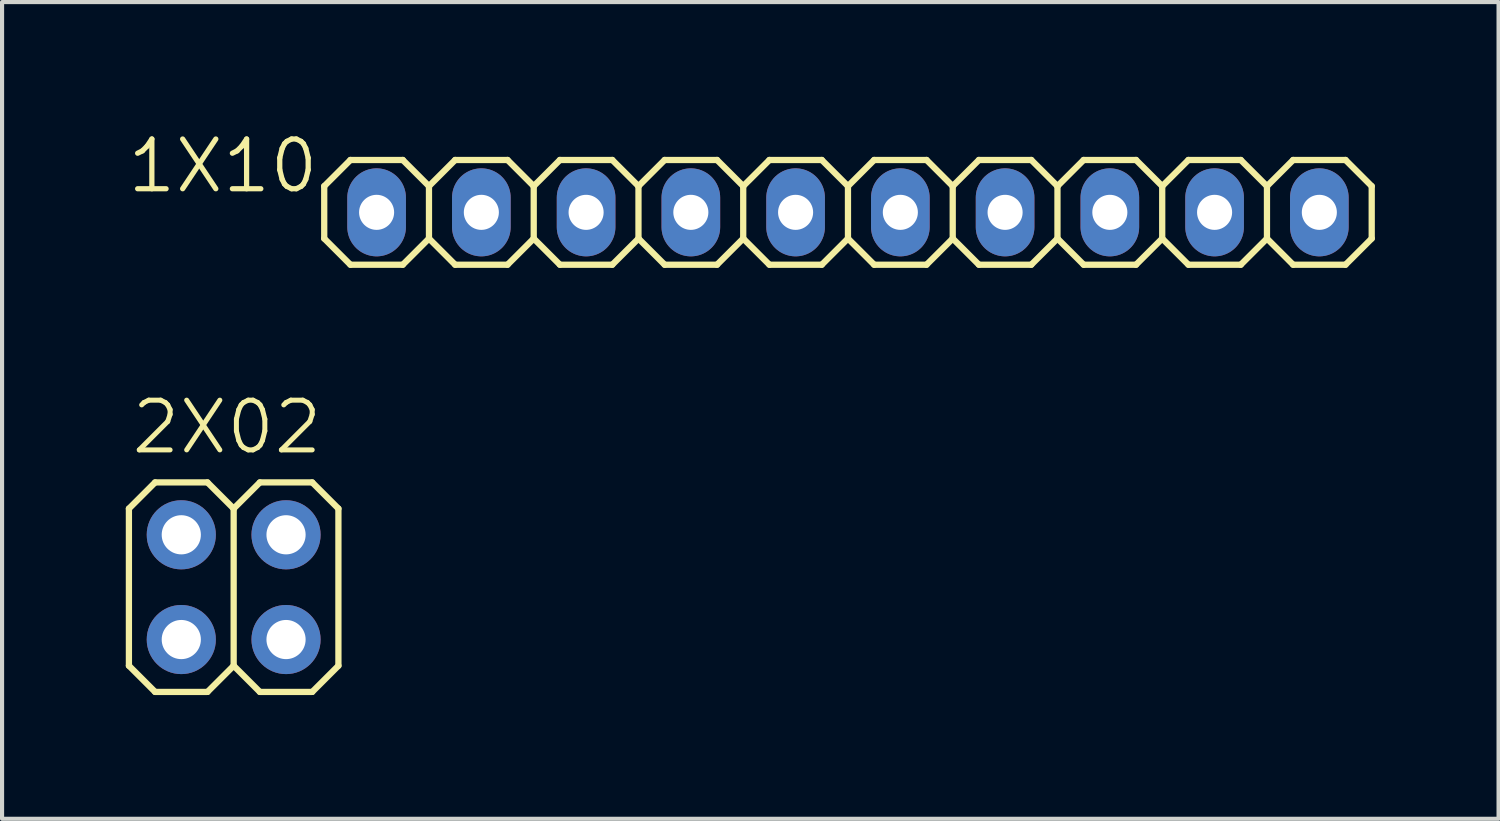
<source format=kicad_pcb>
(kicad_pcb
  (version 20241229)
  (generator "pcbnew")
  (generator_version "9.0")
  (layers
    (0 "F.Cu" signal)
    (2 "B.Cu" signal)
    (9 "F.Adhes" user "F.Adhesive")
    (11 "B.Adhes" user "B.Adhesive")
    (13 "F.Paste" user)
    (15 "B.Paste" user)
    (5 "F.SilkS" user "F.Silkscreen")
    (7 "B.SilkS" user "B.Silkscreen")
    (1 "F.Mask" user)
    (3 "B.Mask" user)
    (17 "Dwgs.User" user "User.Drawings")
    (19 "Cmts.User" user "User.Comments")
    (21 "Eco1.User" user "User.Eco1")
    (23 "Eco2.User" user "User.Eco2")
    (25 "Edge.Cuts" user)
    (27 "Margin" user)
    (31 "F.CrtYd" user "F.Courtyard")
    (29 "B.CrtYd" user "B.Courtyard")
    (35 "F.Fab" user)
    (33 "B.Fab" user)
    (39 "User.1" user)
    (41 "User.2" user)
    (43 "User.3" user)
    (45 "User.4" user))
  (footprint "1X10"
    (layer "F.Cu")
    (at 17.512 2.099)
    (property "Reference" "1X10" (at -12.776 -1.829 0) (layer "F.SilkS") (effects (font (size 1.206 1.206) (thickness 0.127)) (justify right top)))
    (attr through_hole)
    (fp_line (start -12.7 -0.635) (end -12.7 0.635) (stroke (width 0.152) (type solid)) (layer "F.SilkS"))
    (fp_line (start -12.7 0.635) (end -12.065 1.27) (stroke (width 0.152) (type solid)) (layer "F.SilkS"))
    (fp_line (start -12.065 -1.27) (end -12.7 -0.635) (stroke (width 0.152) (type solid)) (layer "F.SilkS"))
    (fp_line (start -12.065 -1.27) (end -10.795 -1.27) (stroke (width 0.152) (type solid)) (layer "F.SilkS"))
    (fp_line (start -10.795 -1.27) (end -10.16 -0.635) (stroke (width 0.152) (type solid)) (layer "F.SilkS"))
    (fp_line (start -10.795 1.27) (end -12.065 1.27) (stroke (width 0.152) (type solid)) (layer "F.SilkS"))
    (fp_line (start -10.16 -0.635) (end -10.16 0.635) (stroke (width 0.152) (type solid)) (layer "F.SilkS"))
    (fp_line (start -10.16 -0.635) (end -9.525 -1.27) (stroke (width 0.152) (type solid)) (layer "F.SilkS"))
    (fp_line (start -10.16 0.635) (end -10.795 1.27) (stroke (width 0.152) (type solid)) (layer "F.SilkS"))
    (fp_line (start -9.525 -1.27) (end -8.255 -1.27) (stroke (width 0.152) (type solid)) (layer "F.SilkS"))
    (fp_line (start -9.525 1.27) (end -10.16 0.635) (stroke (width 0.152) (type solid)) (layer "F.SilkS"))
    (fp_line (start -8.255 -1.27) (end -7.62 -0.635) (stroke (width 0.152) (type solid)) (layer "F.SilkS"))
    (fp_line (start -8.255 1.27) (end -9.525 1.27) (stroke (width 0.152) (type solid)) (layer "F.SilkS"))
    (fp_line (start -7.62 -0.635) (end -7.62 0.635) (stroke (width 0.152) (type solid)) (layer "F.SilkS"))
    (fp_line (start -7.62 -0.635) (end -6.985 -1.27) (stroke (width 0.152) (type solid)) (layer "F.SilkS"))
    (fp_line (start -7.62 0.635) (end -8.255 1.27) (stroke (width 0.152) (type solid)) (layer "F.SilkS"))
    (fp_line (start -6.985 -1.27) (end -5.715 -1.27) (stroke (width 0.152) (type solid)) (layer "F.SilkS"))
    (fp_line (start -6.985 1.27) (end -7.62 0.635) (stroke (width 0.152) (type solid)) (layer "F.SilkS"))
    (fp_line (start -5.715 -1.27) (end -5.08 -0.635) (stroke (width 0.152) (type solid)) (layer "F.SilkS"))
    (fp_line (start -5.715 1.27) (end -6.985 1.27) (stroke (width 0.152) (type solid)) (layer "F.SilkS"))
    (fp_line (start -5.08 -0.635) (end -5.08 0.635) (stroke (width 0.152) (type solid)) (layer "F.SilkS"))
    (fp_line (start -5.08 0.635) (end -5.715 1.27) (stroke (width 0.152) (type solid)) (layer "F.SilkS"))
    (fp_line (start -5.08 0.635) (end -4.445 1.27) (stroke (width 0.152) (type solid)) (layer "F.SilkS"))
    (fp_line (start -4.445 -1.27) (end -5.08 -0.635) (stroke (width 0.152) (type solid)) (layer "F.SilkS"))
    (fp_line (start -4.445 -1.27) (end -3.175 -1.27) (stroke (width 0.152) (type solid)) (layer "F.SilkS"))
    (fp_line (start -3.175 -1.27) (end -2.54 -0.635) (stroke (width 0.152) (type solid)) (layer "F.SilkS"))
    (fp_line (start -3.175 1.27) (end -4.445 1.27) (stroke (width 0.152) (type solid)) (layer "F.SilkS"))
    (fp_line (start -2.54 -0.635) (end -2.54 0.635) (stroke (width 0.152) (type solid)) (layer "F.SilkS"))
    (fp_line (start -2.54 -0.635) (end -1.905 -1.27) (stroke (width 0.152) (type solid)) (layer "F.SilkS"))
    (fp_line (start -2.54 0.635) (end -3.175 1.27) (stroke (width 0.152) (type solid)) (layer "F.SilkS"))
    (fp_line (start -1.905 -1.27) (end -0.635 -1.27) (stroke (width 0.152) (type solid)) (layer "F.SilkS"))
    (fp_line (start -1.905 1.27) (end -2.54 0.635) (stroke (width 0.152) (type solid)) (layer "F.SilkS"))
    (fp_line (start -0.635 -1.27) (end 0 -0.635) (stroke (width 0.152) (type solid)) (layer "F.SilkS"))
    (fp_line (start -0.635 1.27) (end -1.905 1.27) (stroke (width 0.152) (type solid)) (layer "F.SilkS"))
    (fp_line (start 0 -0.635) (end 0 0.635) (stroke (width 0.152) (type solid)) (layer "F.SilkS"))
    (fp_line (start 0 -0.635) (end 0.635 -1.27) (stroke (width 0.152) (type solid)) (layer "F.SilkS"))
    (fp_line (start 0 0.635) (end -0.635 1.27) (stroke (width 0.152) (type solid)) (layer "F.SilkS"))
    (fp_line (start 0.635 -1.27) (end 1.905 -1.27) (stroke (width 0.152) (type solid)) (layer "F.SilkS"))
    (fp_line (start 0.635 1.27) (end 0 0.635) (stroke (width 0.152) (type solid)) (layer "F.SilkS"))
    (fp_line (start 1.905 -1.27) (end 2.54 -0.635) (stroke (width 0.152) (type solid)) (layer "F.SilkS"))
    (fp_line (start 1.905 1.27) (end 0.635 1.27) (stroke (width 0.152) (type solid)) (layer "F.SilkS"))
    (fp_line (start 2.54 -0.635) (end 2.54 0.635) (stroke (width 0.152) (type solid)) (layer "F.SilkS"))
    (fp_line (start 2.54 0.635) (end 1.905 1.27) (stroke (width 0.152) (type solid)) (layer "F.SilkS"))
    (fp_line (start 2.54 0.635) (end 3.175 1.27) (stroke (width 0.152) (type solid)) (layer "F.SilkS"))
    (fp_line (start 3.175 -1.27) (end 2.54 -0.635) (stroke (width 0.152) (type solid)) (layer "F.SilkS"))
    (fp_line (start 3.175 -1.27) (end 4.445 -1.27) (stroke (width 0.152) (type solid)) (layer "F.SilkS"))
    (fp_line (start 4.445 -1.27) (end 5.08 -0.635) (stroke (width 0.152) (type solid)) (layer "F.SilkS"))
    (fp_line (start 4.445 1.27) (end 3.175 1.27) (stroke (width 0.152) (type solid)) (layer "F.SilkS"))
    (fp_line (start 5.08 -0.635) (end 5.08 0.635) (stroke (width 0.152) (type solid)) (layer "F.SilkS"))
    (fp_line (start 5.08 -0.635) (end 5.715 -1.27) (stroke (width 0.152) (type solid)) (layer "F.SilkS"))
    (fp_line (start 5.08 0.635) (end 4.445 1.27) (stroke (width 0.152) (type solid)) (layer "F.SilkS"))
    (fp_line (start 5.715 -1.27) (end 6.985 -1.27) (stroke (width 0.152) (type solid)) (layer "F.SilkS"))
    (fp_line (start 5.715 1.27) (end 5.08 0.635) (stroke (width 0.152) (type solid)) (layer "F.SilkS"))
    (fp_line (start 6.985 -1.27) (end 7.62 -0.635) (stroke (width 0.152) (type solid)) (layer "F.SilkS"))
    (fp_line (start 6.985 1.27) (end 5.715 1.27) (stroke (width 0.152) (type solid)) (layer "F.SilkS"))
    (fp_line (start 7.62 -0.635) (end 7.62 0.635) (stroke (width 0.152) (type solid)) (layer "F.SilkS"))
    (fp_line (start 7.62 -0.635) (end 8.255 -1.27) (stroke (width 0.152) (type solid)) (layer "F.SilkS"))
    (fp_line (start 7.62 0.635) (end 6.985 1.27) (stroke (width 0.152) (type solid)) (layer "F.SilkS"))
    (fp_line (start 8.255 -1.27) (end 9.525 -1.27) (stroke (width 0.152) (type solid)) (layer "F.SilkS"))
    (fp_line (start 8.255 1.27) (end 7.62 0.635) (stroke (width 0.152) (type solid)) (layer "F.SilkS"))
    (fp_line (start 9.525 -1.27) (end 10.16 -0.635) (stroke (width 0.152) (type solid)) (layer "F.SilkS"))
    (fp_line (start 9.525 1.27) (end 8.255 1.27) (stroke (width 0.152) (type solid)) (layer "F.SilkS"))
    (fp_line (start 10.16 -0.635) (end 10.16 0.635) (stroke (width 0.152) (type solid)) (layer "F.SilkS"))
    (fp_line (start 10.16 0.635) (end 9.525 1.27) (stroke (width 0.152) (type solid)) (layer "F.SilkS"))
    (fp_line (start 10.16 0.635) (end 10.795 1.27) (stroke (width 0.152) (type solid)) (layer "F.SilkS"))
    (fp_line (start 10.795 -1.27) (end 10.16 -0.635) (stroke (width 0.152) (type solid)) (layer "F.SilkS"))
    (fp_line (start 10.795 -1.27) (end 12.065 -1.27) (stroke (width 0.152) (type solid)) (layer "F.SilkS"))
    (fp_line (start 12.065 -1.27) (end 12.7 -0.635) (stroke (width 0.152) (type solid)) (layer "F.SilkS"))
    (fp_line (start 12.065 1.27) (end 10.795 1.27) (stroke (width 0.152) (type solid)) (layer "F.SilkS"))
    (fp_line (start 12.7 -0.635) (end 12.7 0.635) (stroke (width 0.152) (type solid)) (layer "F.SilkS"))
    (fp_line (start 12.7 0.635) (end 12.065 1.27) (stroke (width 0.152) (type solid)) (layer "F.SilkS"))
    (fp_poly (pts (xy -11.684 0.254) (xy -11.176 0.254) (xy -11.176 -0.254) (xy -11.684 -0.254)) (stroke (width 0.1) (type solid)) (fill no) (layer "F.Fab"))
    (fp_poly (pts (xy -9.144 0.254) (xy -8.636 0.254) (xy -8.636 -0.254) (xy -9.144 -0.254)) (stroke (width 0.1) (type solid)) (fill no) (layer "F.Fab"))
    (fp_poly (pts (xy -6.604 0.254) (xy -6.096 0.254) (xy -6.096 -0.254) (xy -6.604 -0.254)) (stroke (width 0.1) (type solid)) (fill no) (layer "F.Fab"))
    (fp_poly (pts (xy -4.064 0.254) (xy -3.556 0.254) (xy -3.556 -0.254) (xy -4.064 -0.254)) (stroke (width 0.1) (type solid)) (fill no) (layer "F.Fab"))
    (fp_poly (pts (xy -1.524 0.254) (xy -1.016 0.254) (xy -1.016 -0.254) (xy -1.524 -0.254)) (stroke (width 0.1) (type solid)) (fill no) (layer "F.Fab"))
    (fp_poly (pts (xy 1.016 0.254) (xy 1.524 0.254) (xy 1.524 -0.254) (xy 1.016 -0.254)) (stroke (width 0.1) (type solid)) (fill no) (layer "F.Fab"))
    (fp_poly (pts (xy 3.556 0.254) (xy 4.064 0.254) (xy 4.064 -0.254) (xy 3.556 -0.254)) (stroke (width 0.1) (type solid)) (fill no) (layer "F.Fab"))
    (fp_poly (pts (xy 6.096 0.254) (xy 6.604 0.254) (xy 6.604 -0.254) (xy 6.096 -0.254)) (stroke (width 0.1) (type solid)) (fill no) (layer "F.Fab"))
    (fp_poly (pts (xy 8.636 0.254) (xy 9.144 0.254) (xy 9.144 -0.254) (xy 8.636 -0.254)) (stroke (width 0.1) (type solid)) (fill no) (layer "F.Fab"))
    (fp_poly (pts (xy 11.176 0.254) (xy 11.684 0.254) (xy 11.684 -0.254) (xy 11.176 -0.254)) (stroke (width 0.1) (type solid)) (fill no) (layer "F.Fab"))
    (pad "1" thru_hole oval (at -11.43 0 90) (size 2.134 1.422) (drill 0.85) (layers "*.Cu" "*.Mask"))
    (pad "2" thru_hole oval (at -8.89 0 90) (size 2.134 1.422) (drill 0.85) (layers "*.Cu" "*.Mask"))
    (pad "3" thru_hole oval (at -6.35 0 90) (size 2.134 1.422) (drill 0.85) (layers "*.Cu" "*.Mask"))
    (pad "4" thru_hole oval (at -3.81 0 90) (size 2.134 1.422) (drill 0.85) (layers "*.Cu" "*.Mask"))
    (pad "5" thru_hole oval (at -1.27 0 90) (size 2.134 1.422) (drill 0.85) (layers "*.Cu" "*.Mask"))
    (pad "6" thru_hole oval (at 1.27 0 90) (size 2.134 1.422) (drill 0.85) (layers "*.Cu" "*.Mask"))
    (pad "7" thru_hole oval (at 3.81 0 90) (size 2.134 1.422) (drill 0.85) (layers "*.Cu" "*.Mask"))
    (pad "8" thru_hole oval (at 6.35 0 90) (size 2.134 1.422) (drill 0.85) (layers "*.Cu" "*.Mask"))
    (pad "9" thru_hole oval (at 8.89 0 90) (size 2.134 1.422) (drill 0.85) (layers "*.Cu" "*.Mask"))
    (pad "10" thru_hole oval (at 11.43 0 90) (size 2.134 1.422) (drill 0.85) (layers "*.Cu" "*.Mask")))
  (footprint "2X02"
    (layer "F.Cu")
    (at 2.616 11.188)
    (property "Reference" "2X02" (at -2.54 -3.175 0) (layer "F.SilkS") (effects (font (size 1.206 1.206) (thickness 0.121)) (justify left bottom)))
    (attr through_hole)
    (fp_line (start -2.54 -1.905) (end -1.905 -2.54) (stroke (width 0.152) (type solid)) (layer "F.SilkS"))
    (fp_line (start -2.54 1.905) (end -2.54 -1.905) (stroke (width 0.152) (type solid)) (layer "F.SilkS"))
    (fp_line (start -2.54 1.905) (end -1.905 2.54) (stroke (width 0.152) (type solid)) (layer "F.SilkS"))
    (fp_line (start -1.905 -2.54) (end -0.635 -2.54) (stroke (width 0.152) (type solid)) (layer "F.SilkS"))
    (fp_line (start -1.905 2.54) (end -0.635 2.54) (stroke (width 0.152) (type solid)) (layer "F.SilkS"))
    (fp_line (start -0.635 -2.54) (end 0 -1.905) (stroke (width 0.152) (type solid)) (layer "F.SilkS"))
    (fp_line (start -0.635 2.54) (end 0 1.905) (stroke (width 0.152) (type solid)) (layer "F.SilkS"))
    (fp_line (start 0 -1.905) (end 0 1.905) (stroke (width 0.152) (type solid)) (layer "F.SilkS"))
    (fp_line (start 0 -1.905) (end 0.635 -2.54) (stroke (width 0.152) (type solid)) (layer "F.SilkS"))
    (fp_line (start 0 1.905) (end 0.635 2.54) (stroke (width 0.152) (type solid)) (layer "F.SilkS"))
    (fp_line (start 0.635 -2.54) (end 1.905 -2.54) (stroke (width 0.152) (type solid)) (layer "F.SilkS"))
    (fp_line (start 0.635 2.54) (end 1.905 2.54) (stroke (width 0.152) (type solid)) (layer "F.SilkS"))
    (fp_line (start 1.905 -2.54) (end 2.54 -1.905) (stroke (width 0.152) (type solid)) (layer "F.SilkS"))
    (fp_line (start 1.905 2.54) (end 2.54 1.905) (stroke (width 0.152) (type solid)) (layer "F.SilkS"))
    (fp_line (start 2.54 -1.905) (end 2.54 1.905) (stroke (width 0.152) (type solid)) (layer "F.SilkS"))
    (fp_poly (pts (xy -1.524 -1.016) (xy -1.016 -1.016) (xy -1.016 -1.524) (xy -1.524 -1.524)) (stroke (width 0.1) (type solid)) (fill no) (layer "F.Fab"))
    (fp_poly (pts (xy -1.524 1.524) (xy -1.016 1.524) (xy -1.016 1.016) (xy -1.524 1.016)) (stroke (width 0.1) (type solid)) (fill no) (layer "F.Fab"))
    (fp_poly (pts (xy 1.016 -1.016) (xy 1.524 -1.016) (xy 1.524 -1.524) (xy 1.016 -1.524)) (stroke (width 0.1) (type solid)) (fill no) (layer "F.Fab"))
    (fp_poly (pts (xy 1.016 1.524) (xy 1.524 1.524) (xy 1.524 1.016) (xy 1.016 1.016)) (stroke (width 0.1) (type solid)) (fill no) (layer "F.Fab"))
    (pad "1" thru_hole circle (at -1.27 1.27) (size 1.676 1.676) (drill 0.95) (layers "*.Cu" "*.Mask"))
    (pad "2" thru_hole circle (at -1.27 -1.27) (size 1.676 1.676) (drill 0.95) (layers "*.Cu" "*.Mask"))
    (pad "3" thru_hole circle (at 1.27 1.27) (size 1.676 1.676) (drill 0.95) (layers "*.Cu" "*.Mask"))
    (pad "4" thru_hole circle (at 1.27 -1.27) (size 1.676 1.676) (drill 0.95) (layers "*.Cu" "*.Mask")))
  (gr_rect
    (start -3 -3)
    (end 33.288 16.805)
    (stroke (width 0.1) (type default))
    (fill no)
    (layer "Edge.Cuts")))
</source>
